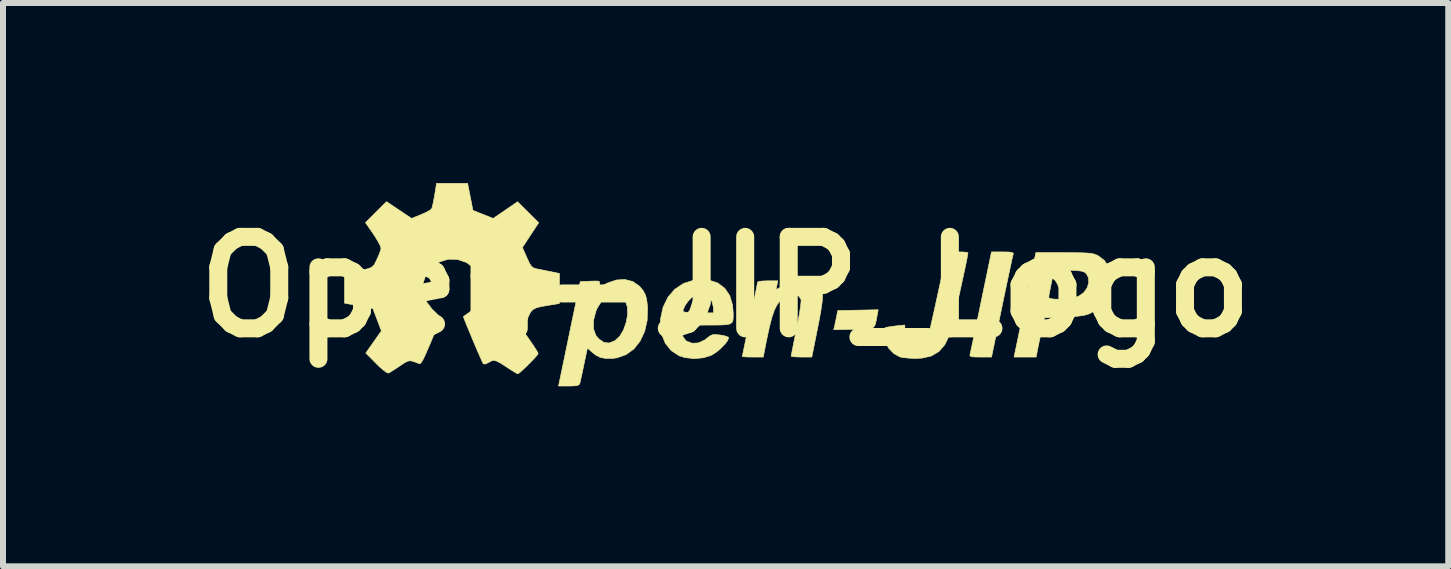
<source format=kicad_pcb>
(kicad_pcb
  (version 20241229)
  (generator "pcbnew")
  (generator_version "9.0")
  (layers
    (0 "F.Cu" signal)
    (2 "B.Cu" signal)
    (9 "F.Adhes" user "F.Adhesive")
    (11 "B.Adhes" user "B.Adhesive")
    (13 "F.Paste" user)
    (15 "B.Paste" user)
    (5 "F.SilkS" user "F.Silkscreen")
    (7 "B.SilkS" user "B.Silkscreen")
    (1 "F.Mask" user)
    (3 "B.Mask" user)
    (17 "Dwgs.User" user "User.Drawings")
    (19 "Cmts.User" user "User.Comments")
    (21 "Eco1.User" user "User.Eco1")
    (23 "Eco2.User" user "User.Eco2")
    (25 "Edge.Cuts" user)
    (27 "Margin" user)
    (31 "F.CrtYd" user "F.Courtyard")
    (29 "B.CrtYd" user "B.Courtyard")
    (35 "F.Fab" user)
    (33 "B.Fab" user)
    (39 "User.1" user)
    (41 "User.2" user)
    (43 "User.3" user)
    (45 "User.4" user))
  (footprint "Open-JIP_Logo"
    (layer "F.Cu")
    (at 9.042 1.732)
    (property "Reference" "Open-JIP_Logo" (at 0 0 0) (layer "F.SilkS") (effects (font (size 1.524 1.524) (thickness 0.3))))
    (attr through_hole)
    (fp_poly (pts (xy 2.525 0.476) (xy 2.509 0.565) (xy 2.494 0.626) (xy 2.472 0.666) (xy 2.434 0.688) (xy 2.37 0.699) (xy 2.274 0.703) (xy 2.137 0.706) (xy 1.802 0.713) (xy 1.816 0.655) (xy 1.829 0.592) (xy 1.846 0.51) (xy 1.849 0.495) (xy 1.869 0.394) (xy 2.206 0.387) (xy 2.543 0.38) (xy 2.525 0.476)) (stroke (width 0.01) (type solid)) (fill yes) (layer "F.SilkS"))
    (fp_poly (pts (xy 4.719 -0.582) (xy 4.776 -0.574) (xy 4.795 -0.559) (xy 4.794 -0.552) (xy 4.786 -0.521) (xy 4.769 -0.445) (xy 4.745 -0.332) (xy 4.714 -0.187) (xy 4.678 -0.017) (xy 4.638 0.174) (xy 4.607 0.324) (xy 4.432 1.168) (xy 4.246 1.168) (xy 4.151 1.167) (xy 4.096 1.162) (xy 4.073 1.149) (xy 4.072 1.128) (xy 4.073 1.124) (xy 4.081 1.089) (xy 4.098 1.011) (xy 4.123 0.895) (xy 4.154 0.748) (xy 4.19 0.576) (xy 4.23 0.385) (xy 4.258 0.248) (xy 4.431 -0.584) (xy 4.618 -0.584) (xy 4.719 -0.582)) (stroke (width 0.01) (type solid)) (fill yes) (layer "F.SilkS"))
    (fp_poly (pts (xy 3.948 -0.583) (xy 4.012 -0.578) (xy 4.038 -0.572) (xy 4.039 -0.571) (xy 4.033 -0.53) (xy 4.018 -0.447) (xy 3.994 -0.332) (xy 3.964 -0.192) (xy 3.93 -0.036) (xy 3.894 0.127) (xy 3.857 0.29) (xy 3.821 0.445) (xy 3.789 0.582) (xy 3.761 0.694) (xy 3.74 0.772) (xy 3.731 0.802) (xy 3.654 0.961) (xy 3.555 1.076) (xy 3.43 1.15) (xy 3.274 1.186) (xy 3.162 1.191) (xy 3.06 1.187) (xy 2.969 1.178) (xy 2.911 1.168) (xy 2.807 1.113) (xy 2.719 1.022) (xy 2.676 0.947) (xy 2.655 0.875) (xy 2.643 0.795) (xy 2.643 0.725) (xy 2.656 0.682) (xy 2.661 0.678) (xy 2.694 0.67) (xy 2.763 0.659) (xy 2.833 0.65) (xy 2.987 0.634) (xy 2.987 0.726) (xy 3.004 0.814) (xy 3.058 0.867) (xy 3.15 0.888) (xy 3.174 0.889) (xy 3.282 0.869) (xy 3.359 0.809) (xy 3.403 0.717) (xy 3.413 0.675) (xy 3.432 0.593) (xy 3.457 0.481) (xy 3.487 0.346) (xy 3.52 0.196) (xy 3.554 0.04) (xy 3.587 -0.114) (xy 3.618 -0.259) (xy 3.645 -0.386) (xy 3.666 -0.487) (xy 3.679 -0.553) (xy 3.683 -0.576) (xy 3.706 -0.58) (xy 3.767 -0.583) (xy 3.854 -0.584) (xy 3.861 -0.584) (xy 3.948 -0.583)) (stroke (width 0.01) (type solid)) (fill yes) (layer "F.SilkS"))
    (fp_poly (pts (xy 5.808 -0.571) (xy 5.935 -0.569) (xy 6.027 -0.565) (xy 6.094 -0.558) (xy 6.144 -0.547) (xy 6.186 -0.531) (xy 6.21 -0.519) (xy 6.314 -0.44) (xy 6.382 -0.334) (xy 6.417 -0.209) (xy 6.42 -0.074) (xy 6.392 0.064) (xy 6.334 0.196) (xy 6.248 0.313) (xy 6.135 0.407) (xy 6.058 0.448) (xy 5.983 0.471) (xy 5.875 0.487) (xy 5.728 0.499) (xy 5.635 0.503) (xy 5.313 0.514) (xy 5.275 0.682) (xy 5.249 0.802) (xy 5.222 0.932) (xy 5.206 1.01) (xy 5.175 1.168) (xy 4.807 1.168) (xy 4.917 0.641) (xy 4.955 0.456) (xy 4.996 0.26) (xy 5.014 0.175) (xy 5.385 0.175) (xy 5.408 0.193) (xy 5.468 0.202) (xy 5.554 0.205) (xy 5.652 0.2) (xy 5.75 0.189) (xy 5.835 0.171) (xy 5.882 0.155) (xy 5.967 0.097) (xy 6.024 0.018) (xy 6.052 -0.069) (xy 6.048 -0.154) (xy 6.01 -0.224) (xy 5.972 -0.252) (xy 5.924 -0.265) (xy 5.841 -0.274) (xy 5.737 -0.279) (xy 5.697 -0.279) (xy 5.472 -0.279) (xy 5.429 -0.067) (xy 5.409 0.034) (xy 5.393 0.116) (xy 5.385 0.167) (xy 5.385 0.175) (xy 5.014 0.175) (xy 5.036 0.07) (xy 5.072 -0.1) (xy 5.099 -0.229) (xy 5.171 -0.572) (xy 5.64 -0.572) (xy 5.808 -0.571)) (stroke (width 0.01) (type solid)) (fill yes) (layer "F.SilkS"))
    (fp_poly (pts (xy -1.545 -0.089) (xy -1.434 -0.012) (xy -1.378 0.056) (xy -1.34 0.124) (xy -1.317 0.199) (xy -1.304 0.301) (xy -1.301 0.353) (xy -1.307 0.558) (xy -1.35 0.743) (xy -1.425 0.903) (xy -1.528 1.033) (xy -1.657 1.127) (xy -1.807 1.18) (xy -1.867 1.189) (xy -1.991 1.192) (xy -2.084 1.176) (xy -2.164 1.135) (xy -2.218 1.093) (xy -2.303 1.018) (xy -2.36 1.29) (xy -2.384 1.405) (xy -2.406 1.505) (xy -2.422 1.578) (xy -2.429 1.607) (xy -2.445 1.631) (xy -2.482 1.645) (xy -2.551 1.65) (xy -2.613 1.651) (xy -2.784 1.651) (xy -2.603 0.781) (xy -2.586 0.696) (xy -2.202 0.696) (xy -2.162 0.808) (xy -2.111 0.868) (xy -2.026 0.925) (xy -1.943 0.935) (xy -1.85 0.898) (xy -1.839 0.892) (xy -1.762 0.819) (xy -1.699 0.712) (xy -1.655 0.585) (xy -1.632 0.454) (xy -1.637 0.334) (xy -1.661 0.259) (xy -1.727 0.172) (xy -1.809 0.129) (xy -1.898 0.127) (xy -1.987 0.166) (xy -2.07 0.242) (xy -2.14 0.354) (xy -2.16 0.401) (xy -2.202 0.559) (xy -2.202 0.696) (xy -2.586 0.696) (xy -2.422 -0.089) (xy -2.255 -0.096) (xy -2.165 -0.099) (xy -2.117 -0.096) (xy -2.098 -0.083) (xy -2.099 -0.059) (xy -2.101 -0.052) (xy -2.108 -0.019) (xy -2.103 -0.005) (xy -2.075 -0.012) (xy -2.016 -0.04) (xy -1.971 -0.064) (xy -1.821 -0.116) (xy -1.677 -0.124) (xy -1.545 -0.089)) (stroke (width 0.01) (type solid)) (fill yes) (layer "F.SilkS"))
    (fp_poly (pts (xy 1.371 -0.113) (xy 1.431 -0.104) (xy 1.474 -0.083) (xy 1.514 -0.045) (xy 1.526 -0.032) (xy 1.577 0.037) (xy 1.612 0.104) (xy 1.616 0.119) (xy 1.617 0.171) (xy 1.607 0.267) (xy 1.587 0.402) (xy 1.556 0.572) (xy 1.535 0.678) (xy 1.437 1.168) (xy 1.265 1.168) (xy 1.179 1.166) (xy 1.117 1.161) (xy 1.092 1.154) (xy 1.092 1.154) (xy 1.097 1.125) (xy 1.111 1.056) (xy 1.131 0.953) (xy 1.157 0.825) (xy 1.182 0.703) (xy 1.211 0.557) (xy 1.234 0.425) (xy 1.25 0.316) (xy 1.258 0.241) (xy 1.258 0.21) (xy 1.222 0.154) (xy 1.158 0.13) (xy 1.077 0.136) (xy 0.99 0.171) (xy 0.907 0.234) (xy 0.9 0.241) (xy 0.855 0.302) (xy 0.813 0.387) (xy 0.773 0.502) (xy 0.733 0.654) (xy 0.691 0.848) (xy 0.671 0.946) (xy 0.628 1.168) (xy 0.454 1.168) (xy 0.367 1.167) (xy 0.305 1.163) (xy 0.279 1.158) (xy 0.279 1.158) (xy 0.284 1.131) (xy 0.298 1.062) (xy 0.32 0.956) (xy 0.348 0.822) (xy 0.381 0.665) (xy 0.406 0.544) (xy 0.442 0.375) (xy 0.473 0.223) (xy 0.5 0.094) (xy 0.519 -0.004) (xy 0.531 -0.065) (xy 0.533 -0.081) (xy 0.557 -0.091) (xy 0.617 -0.099) (xy 0.702 -0.102) (xy 0.87 -0.102) (xy 0.855 -0.027) (xy 0.84 0.048) (xy 0.97 -0.033) (xy 1.05 -0.079) (xy 1.12 -0.103) (xy 1.201 -0.113) (xy 1.276 -0.114) (xy 1.371 -0.113)) (stroke (width 0.01) (type solid)) (fill yes) (layer "F.SilkS"))
    (fp_poly (pts (xy -0.28 -0.115) (xy -0.132 -0.066) (xy -0.015 0.021) (xy 0.069 0.144) (xy 0.116 0.302) (xy 0.127 0.436) (xy 0.127 0.508) (xy 0.122 0.56) (xy 0.105 0.595) (xy 0.07 0.617) (xy 0.008 0.629) (xy -0.086 0.634) (xy -0.22 0.635) (xy -0.319 0.635) (xy -0.481 0.637) (xy -0.61 0.641) (xy -0.699 0.648) (xy -0.745 0.658) (xy -0.75 0.661) (xy -0.754 0.708) (xy -0.735 0.776) (xy -0.701 0.845) (xy -0.659 0.897) (xy -0.653 0.902) (xy -0.559 0.938) (xy -0.454 0.933) (xy -0.351 0.886) (xy -0.319 0.862) (xy -0.264 0.817) (xy -0.217 0.796) (xy -0.158 0.794) (xy -0.09 0.801) (xy -0.007 0.817) (xy 0.042 0.836) (xy 0.051 0.849) (xy 0.032 0.897) (xy -0.019 0.961) (xy -0.088 1.031) (xy -0.165 1.094) (xy -0.239 1.139) (xy -0.24 1.14) (xy -0.375 1.181) (xy -0.529 1.194) (xy -0.679 1.177) (xy -0.776 1.146) (xy -0.907 1.06) (xy -1.004 0.939) (xy -1.065 0.79) (xy -1.087 0.618) (xy -1.083 0.528) (xy -1.056 0.405) (xy -0.711 0.405) (xy -0.687 0.418) (xy -0.616 0.427) (xy -0.503 0.432) (xy -0.457 0.432) (xy -0.203 0.432) (xy -0.203 0.342) (xy -0.225 0.246) (xy -0.281 0.175) (xy -0.362 0.135) (xy -0.454 0.13) (xy -0.547 0.165) (xy -0.569 0.18) (xy -0.626 0.239) (xy -0.677 0.312) (xy -0.707 0.38) (xy -0.711 0.405) (xy -1.056 0.405) (xy -1.041 0.336) (xy -0.961 0.172) (xy -0.847 0.039) (xy -0.703 -0.057) (xy -0.534 -0.112) (xy -0.457 -0.122) (xy -0.28 -0.115)) (stroke (width 0.01) (type solid)) (fill yes) (layer "F.SilkS"))
    (fp_poly (pts (xy -4.211 -1.277) (xy -4.042 -1.209) (xy -3.873 -1.142) (xy -3.467 -1.42) (xy -3.291 -1.245) (xy -3.115 -1.07) (xy -3.251 -0.864) (xy -3.386 -0.658) (xy -3.312 -0.489) (xy -3.27 -0.399) (xy -3.237 -0.346) (xy -3.202 -0.318) (xy -3.155 -0.303) (xy -3.149 -0.302) (xy -3.073 -0.287) (xy -2.975 -0.267) (xy -2.915 -0.255) (xy -2.769 -0.225) (xy -2.769 0.275) (xy -2.953 0.306) (xy -3.075 0.327) (xy -3.158 0.349) (xy -3.213 0.378) (xy -3.252 0.422) (xy -3.285 0.489) (xy -3.31 0.55) (xy -3.379 0.724) (xy -3.251 0.906) (xy -3.194 0.99) (xy -3.15 1.059) (xy -3.127 1.102) (xy -3.124 1.11) (xy -3.141 1.137) (xy -3.186 1.188) (xy -3.247 1.252) (xy -3.316 1.321) (xy -3.381 1.383) (xy -3.433 1.429) (xy -3.462 1.448) (xy -3.462 1.448) (xy -3.491 1.435) (xy -3.55 1.399) (xy -3.628 1.349) (xy -3.652 1.333) (xy -3.747 1.271) (xy -3.814 1.236) (xy -3.862 1.224) (xy -3.905 1.234) (xy -3.952 1.261) (xy -4.006 1.285) (xy -4.038 1.28) (xy -4.052 1.253) (xy -4.081 1.188) (xy -4.122 1.096) (xy -4.169 0.986) (xy -4.219 0.868) (xy -4.267 0.752) (xy -4.311 0.646) (xy -4.345 0.562) (xy -4.365 0.509) (xy -4.369 0.495) (xy -4.35 0.479) (xy -4.301 0.445) (xy -4.27 0.424) (xy -4.166 0.328) (xy -4.099 0.207) (xy -4.07 0.073) (xy -4.076 -0.064) (xy -4.118 -0.196) (xy -4.195 -0.311) (xy -4.306 -0.4) (xy -4.324 -0.41) (xy -4.473 -0.46) (xy -4.624 -0.462) (xy -4.766 -0.418) (xy -4.892 -0.329) (xy -4.907 -0.313) (xy -5.002 -0.183) (xy -5.047 -0.044) (xy -5.044 0.097) (xy -4.992 0.237) (xy -4.891 0.371) (xy -4.872 0.389) (xy -4.746 0.512) (xy -4.906 0.904) (xy -4.97 1.054) (xy -5.018 1.162) (xy -5.054 1.232) (xy -5.081 1.27) (xy -5.101 1.28) (xy -5.105 1.279) (xy -5.191 1.245) (xy -5.249 1.23) (xy -5.296 1.236) (xy -5.351 1.264) (xy -5.431 1.317) (xy -5.511 1.371) (xy -5.578 1.413) (xy -5.617 1.435) (xy -5.62 1.436) (xy -5.65 1.425) (xy -5.706 1.383) (xy -5.779 1.32) (xy -5.824 1.275) (xy -5.996 1.102) (xy -5.866 0.917) (xy -5.736 0.732) (xy -5.807 0.545) (xy -5.878 0.359) (xy -6.114 0.315) (xy -6.35 0.27) (xy -6.35 0.023) (xy -6.35 -0.225) (xy -6.204 -0.253) (xy -6.073 -0.279) (xy -5.982 -0.298) (xy -5.922 -0.317) (xy -5.883 -0.34) (xy -5.856 -0.371) (xy -5.831 -0.417) (xy -5.812 -0.458) (xy -5.775 -0.54) (xy -5.749 -0.611) (xy -5.742 -0.646) (xy -5.755 -0.688) (xy -5.792 -0.758) (xy -5.845 -0.845) (xy -5.871 -0.884) (xy -6.001 -1.072) (xy -5.651 -1.422) (xy -5.442 -1.282) (xy -5.233 -1.142) (xy -5.075 -1.206) (xy -4.992 -1.243) (xy -4.929 -1.277) (xy -4.9 -1.3) (xy -4.887 -1.337) (xy -4.871 -1.411) (xy -4.853 -1.506) (xy -4.849 -1.528) (xy -4.817 -1.727) (xy -4.299 -1.727) (xy -4.211 -1.277)) (stroke (width 0.01) (type solid)) (fill yes) (layer "F.SilkS")))
  (gr_rect
    (start -3 -3)
    (end 21.085 6.388)
    (stroke (width 0.1) (type default))
    (fill no)
    (layer "Edge.Cuts")))
</source>
